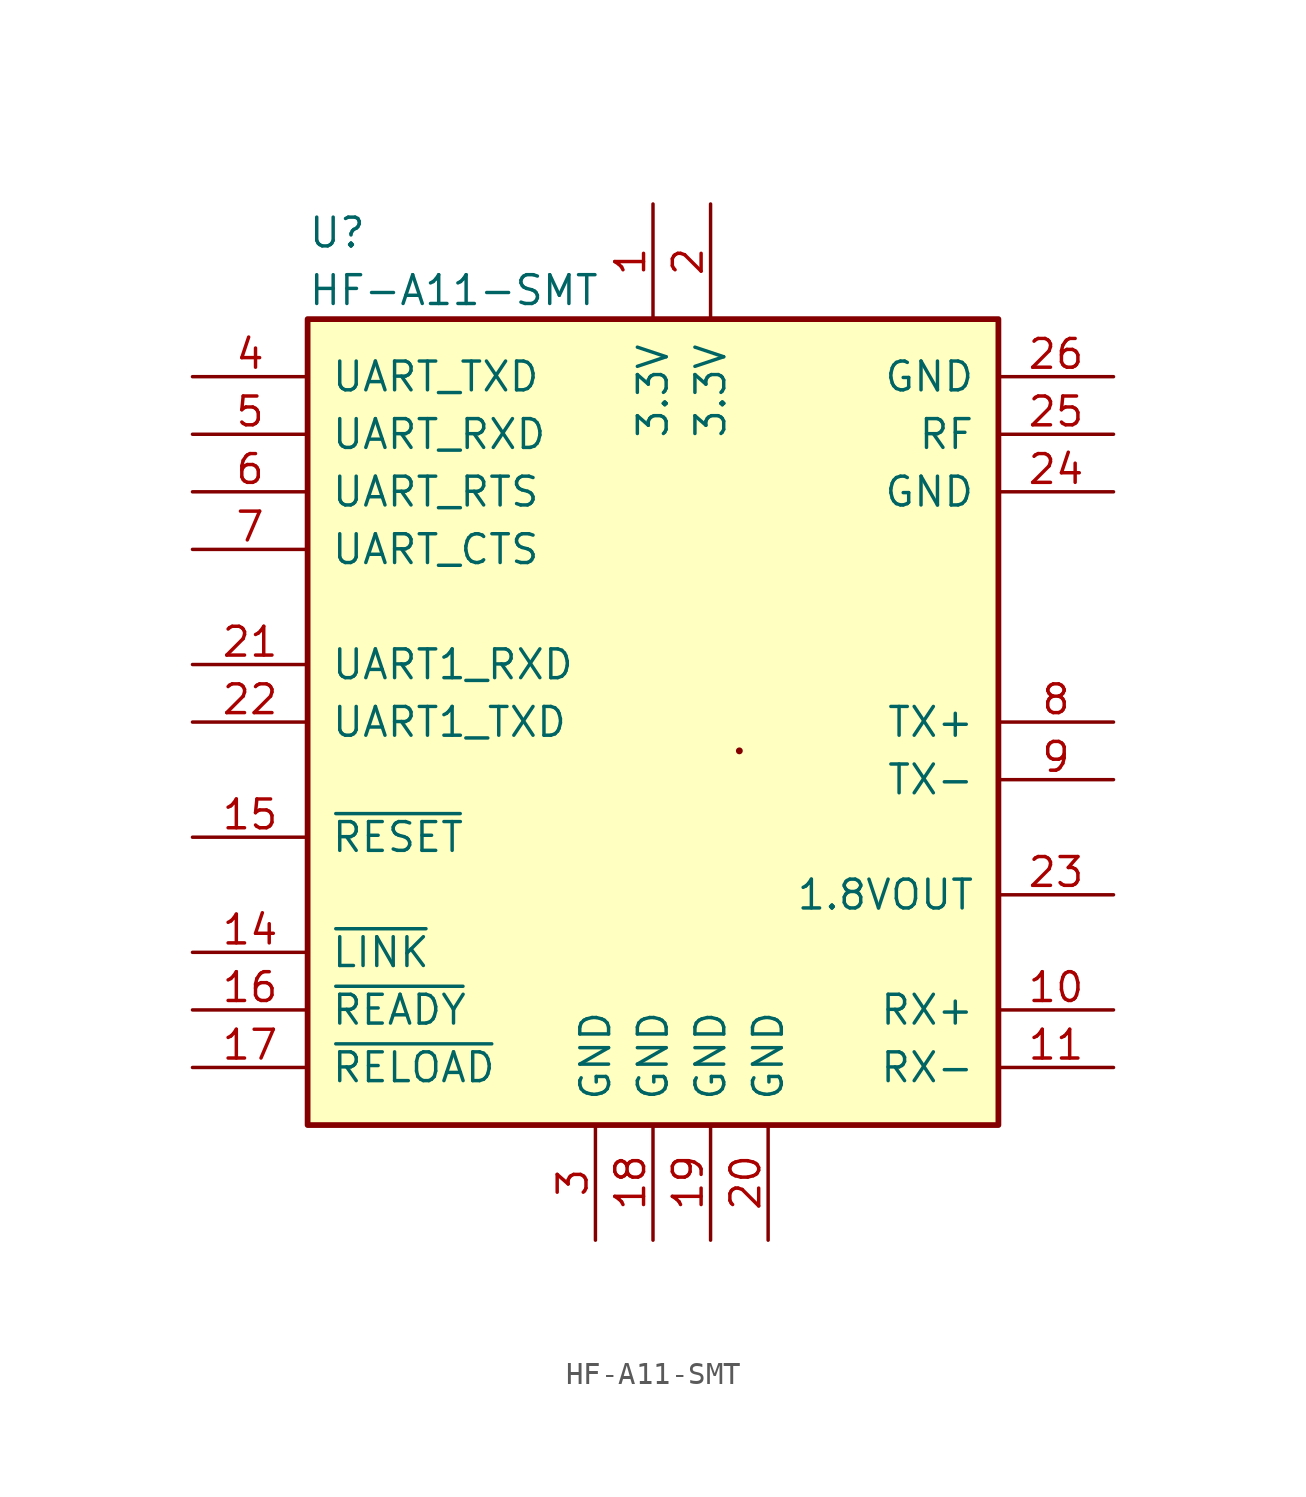
<source format=kicad_sym>
(kicad_symbol_lib
  (version 20231120)
  (generator "kicad_symbol_editor")
  (generator_version "8.0")
  (symbol "HF-A11-SMT"
    (pin_names
      (offset 1.016))
    (property "Reference" "U"
      (at -15.24 21.59 0)
      (effects (font (size 1.27 1.27)) (justify left)))
    (property "Value" "HF-A11-SMT"
      (at -15.24 19.05 0)
      (effects (font (size 1.27 1.27)) (justify left)))
    (symbol "HF-A11-SMT_0_1"
      (rectangle (start -15.24 17.78) (end 15.24 -17.78) (stroke (width 0.254) (type default)) (fill (type background)))
      (circle (center 3.81 -1.27) (radius 0.0001) (stroke (width 0) (type default)) (fill (type none))))
    (symbol "HF-A11-SMT_1_1"
      (pin power_in line (at 0 22.86 270) (length 5.08) (name "3.3V" (effects (font (size 1.27 1.27)))) (number "1" (effects (font (size 1.27 1.27)))))
      (pin passive line (at 20.32 -12.7 180) (length 5.08) (name "RX+" (effects (font (size 1.27 1.27)))) (number "10" (effects (font (size 1.27 1.27)))))
      (pin passive line (at 20.32 -15.24 180) (length 5.08) (name "RX-" (effects (font (size 1.27 1.27)))) (number "11" (effects (font (size 1.27 1.27)))))
      (pin output line (at -20.32 -10.16 0) (length 5.08) (name "~{LINK}" (effects (font (size 1.27 1.27)))) (number "14" (effects (font (size 1.27 1.27)))))
      (pin input line (at -20.32 -5.08 0) (length 5.08) (name "~{RESET}" (effects (font (size 1.27 1.27)))) (number "15" (effects (font (size 1.27 1.27)))))
      (pin output line (at -20.32 -12.7 0) (length 5.08) (name "~{READY}" (effects (font (size 1.27 1.27)))) (number "16" (effects (font (size 1.27 1.27)))))
      (pin input line (at -20.32 -15.24 0) (length 5.08) (name "~{RELOAD}" (effects (font (size 1.27 1.27)))) (number "17" (effects (font (size 1.27 1.27)))))
      (pin power_in line (at 0 -22.86 90) (length 5.08) (name "GND" (effects (font (size 1.27 1.27)))) (number "18" (effects (font (size 1.27 1.27)))))
      (pin power_in line (at 2.54 -22.86 90) (length 5.08) (name "GND" (effects (font (size 1.27 1.27)))) (number "19" (effects (font (size 1.27 1.27)))))
      (pin power_in line (at 2.54 22.86 270) (length 5.08) (name "3.3V" (effects (font (size 1.27 1.27)))) (number "2" (effects (font (size 1.27 1.27)))))
      (pin power_in line (at 5.08 -22.86 90) (length 5.08) (name "GND" (effects (font (size 1.27 1.27)))) (number "20" (effects (font (size 1.27 1.27)))))
      (pin input line (at -20.32 2.54 0) (length 5.08) (name "UART1_RXD" (effects (font (size 1.27 1.27)))) (number "21" (effects (font (size 1.27 1.27)))))
      (pin output line (at -20.32 0 0) (length 5.08) (name "UART1_TXD" (effects (font (size 1.27 1.27)))) (number "22" (effects (font (size 1.27 1.27)))))
      (pin power_out line (at 20.32 -7.62 180) (length 5.08) (name "1.8VOUT" (effects (font (size 1.27 1.27)))) (number "23" (effects (font (size 1.27 1.27)))))
      (pin power_in line (at 20.32 10.16 180) (length 5.08) (name "GND" (effects (font (size 1.27 1.27)))) (number "24" (effects (font (size 1.27 1.27)))))
      (pin passive line (at 20.32 12.7 180) (length 5.08) (name "RF" (effects (font (size 1.27 1.27)))) (number "25" (effects (font (size 1.27 1.27)))))
      (pin power_in line (at 20.32 15.24 180) (length 5.08) (name "GND" (effects (font (size 1.27 1.27)))) (number "26" (effects (font (size 1.27 1.27)))))
      (pin power_in line (at -2.54 -22.86 90) (length 5.08) (name "GND" (effects (font (size 1.27 1.27)))) (number "3" (effects (font (size 1.27 1.27)))))
      (pin output line (at -20.32 15.24 0) (length 5.08) (name "UART_TXD" (effects (font (size 1.27 1.27)))) (number "4" (effects (font (size 1.27 1.27)))))
      (pin input line (at -20.32 12.7 0) (length 5.08) (name "UART_RXD" (effects (font (size 1.27 1.27)))) (number "5" (effects (font (size 1.27 1.27)))))
      (pin output line (at -20.32 10.16 0) (length 5.08) (name "UART_RTS" (effects (font (size 1.27 1.27)))) (number "6" (effects (font (size 1.27 1.27)))))
      (pin input line (at -20.32 7.62 0) (length 5.08) (name "UART_CTS" (effects (font (size 1.27 1.27)))) (number "7" (effects (font (size 1.27 1.27)))))
      (pin passive line (at 20.32 0 180) (length 5.08) (name "TX+" (effects (font (size 1.27 1.27)))) (number "8" (effects (font (size 1.27 1.27)))))
      (pin passive line (at 20.32 -2.54 180) (length 5.08) (name "TX-" (effects (font (size 1.27 1.27)))) (number "9" (effects (font (size 1.27 1.27))))))))
</source>
